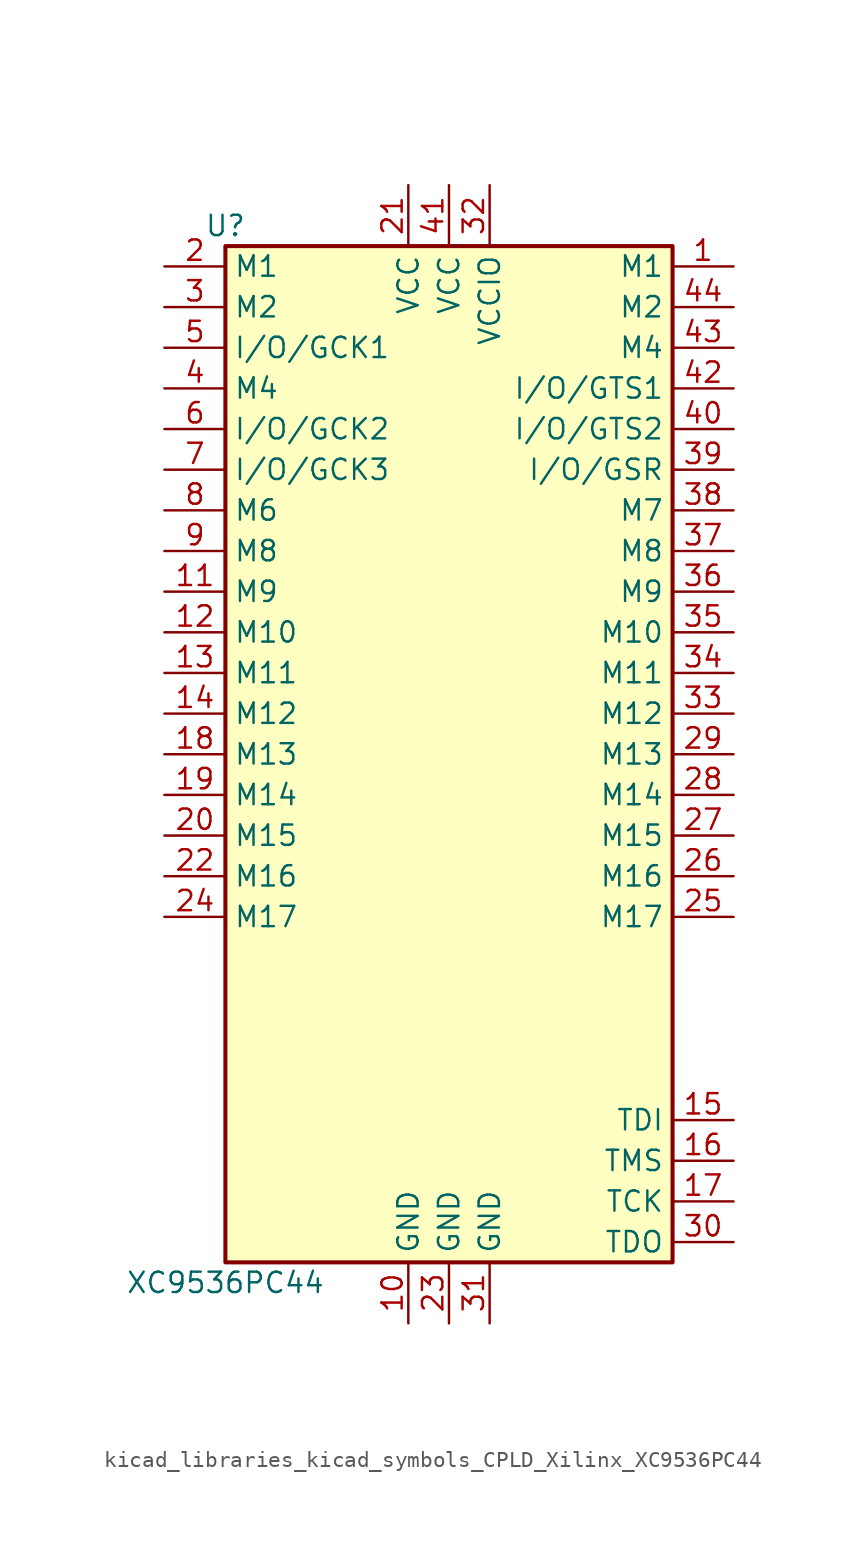
<source format=kicad_sym>
(kicad_symbol_lib
  (version 20220914)
  (generator kicad_symbol_editor)
  (symbol "kicad_libraries_kicad_symbols_CPLD_Xilinx_XC9536PC44"
    (property "Reference" "U"
      (at -13.97 33.02 0)
      (effects (font (size 1.27 1.27))))
    (property "Value" "XC9536PC44"
      (at -13.97 -33.02 0)
      (effects (font (size 1.27 1.27))))
    (symbol "kicad_libraries_kicad_symbols_CPLD_Xilinx_XC9536PC44_1_1"
      (rectangle (start -13.97 31.75) (end 13.97 -31.75) (stroke (width 0.254) (type default)) (fill (type background)))
      (pin bidirectional line (at 17.78 30.48 180) (length 3.81) (name "M1" (effects (font (size 1.27 1.27)))) (number "1" (effects (font (size 1.27 1.27)))))
      (pin power_in line (at -2.54 -35.56 90) (length 3.81) (name "GND" (effects (font (size 1.27 1.27)))) (number "10" (effects (font (size 1.27 1.27)))))
      (pin bidirectional line (at -17.78 10.16 0) (length 3.81) (name "M9" (effects (font (size 1.27 1.27)))) (number "11" (effects (font (size 1.27 1.27)))))
      (pin bidirectional line (at -17.78 7.62 0) (length 3.81) (name "M10" (effects (font (size 1.27 1.27)))) (number "12" (effects (font (size 1.27 1.27)))))
      (pin bidirectional line (at -17.78 5.08 0) (length 3.81) (name "M11" (effects (font (size 1.27 1.27)))) (number "13" (effects (font (size 1.27 1.27)))))
      (pin bidirectional line (at -17.78 2.54 0) (length 3.81) (name "M12" (effects (font (size 1.27 1.27)))) (number "14" (effects (font (size 1.27 1.27)))))
      (pin input line (at 17.78 -22.86 180) (length 3.81) (name "TDI" (effects (font (size 1.27 1.27)))) (number "15" (effects (font (size 1.27 1.27)))))
      (pin input line (at 17.78 -25.4 180) (length 3.81) (name "TMS" (effects (font (size 1.27 1.27)))) (number "16" (effects (font (size 1.27 1.27)))))
      (pin input line (at 17.78 -27.94 180) (length 3.81) (name "TCK" (effects (font (size 1.27 1.27)))) (number "17" (effects (font (size 1.27 1.27)))))
      (pin bidirectional line (at -17.78 0 0) (length 3.81) (name "M13" (effects (font (size 1.27 1.27)))) (number "18" (effects (font (size 1.27 1.27)))))
      (pin bidirectional line (at -17.78 -2.54 0) (length 3.81) (name "M14" (effects (font (size 1.27 1.27)))) (number "19" (effects (font (size 1.27 1.27)))))
      (pin bidirectional line (at -17.78 30.48 0) (length 3.81) (name "M1" (effects (font (size 1.27 1.27)))) (number "2" (effects (font (size 1.27 1.27)))))
      (pin bidirectional line (at -17.78 -5.08 0) (length 3.81) (name "M15" (effects (font (size 1.27 1.27)))) (number "20" (effects (font (size 1.27 1.27)))))
      (pin power_in line (at -2.54 35.56 270) (length 3.81) (name "VCC" (effects (font (size 1.27 1.27)))) (number "21" (effects (font (size 1.27 1.27)))))
      (pin bidirectional line (at -17.78 -7.62 0) (length 3.81) (name "M16" (effects (font (size 1.27 1.27)))) (number "22" (effects (font (size 1.27 1.27)))))
      (pin power_in line (at 0 -35.56 90) (length 3.81) (name "GND" (effects (font (size 1.27 1.27)))) (number "23" (effects (font (size 1.27 1.27)))))
      (pin bidirectional line (at -17.78 -10.16 0) (length 3.81) (name "M17" (effects (font (size 1.27 1.27)))) (number "24" (effects (font (size 1.27 1.27)))))
      (pin bidirectional line (at 17.78 -10.16 180) (length 3.81) (name "M17" (effects (font (size 1.27 1.27)))) (number "25" (effects (font (size 1.27 1.27)))))
      (pin bidirectional line (at 17.78 -7.62 180) (length 3.81) (name "M16" (effects (font (size 1.27 1.27)))) (number "26" (effects (font (size 1.27 1.27)))))
      (pin bidirectional line (at 17.78 -5.08 180) (length 3.81) (name "M15" (effects (font (size 1.27 1.27)))) (number "27" (effects (font (size 1.27 1.27)))))
      (pin bidirectional line (at 17.78 -2.54 180) (length 3.81) (name "M14" (effects (font (size 1.27 1.27)))) (number "28" (effects (font (size 1.27 1.27)))))
      (pin bidirectional line (at 17.78 0 180) (length 3.81) (name "M13" (effects (font (size 1.27 1.27)))) (number "29" (effects (font (size 1.27 1.27)))))
      (pin bidirectional line (at -17.78 27.94 0) (length 3.81) (name "M2" (effects (font (size 1.27 1.27)))) (number "3" (effects (font (size 1.27 1.27)))))
      (pin output line (at 17.78 -30.48 180) (length 3.81) (name "TDO" (effects (font (size 1.27 1.27)))) (number "30" (effects (font (size 1.27 1.27)))))
      (pin power_in line (at 2.54 -35.56 90) (length 3.81) (name "GND" (effects (font (size 1.27 1.27)))) (number "31" (effects (font (size 1.27 1.27)))))
      (pin power_in line (at 2.54 35.56 270) (length 3.81) (name "VCCIO" (effects (font (size 1.27 1.27)))) (number "32" (effects (font (size 1.27 1.27)))))
      (pin bidirectional line (at 17.78 2.54 180) (length 3.81) (name "M12" (effects (font (size 1.27 1.27)))) (number "33" (effects (font (size 1.27 1.27)))))
      (pin bidirectional line (at 17.78 5.08 180) (length 3.81) (name "M11" (effects (font (size 1.27 1.27)))) (number "34" (effects (font (size 1.27 1.27)))))
      (pin bidirectional line (at 17.78 7.62 180) (length 3.81) (name "M10" (effects (font (size 1.27 1.27)))) (number "35" (effects (font (size 1.27 1.27)))))
      (pin bidirectional line (at 17.78 10.16 180) (length 3.81) (name "M9" (effects (font (size 1.27 1.27)))) (number "36" (effects (font (size 1.27 1.27)))))
      (pin bidirectional line (at 17.78 12.7 180) (length 3.81) (name "M8" (effects (font (size 1.27 1.27)))) (number "37" (effects (font (size 1.27 1.27)))))
      (pin bidirectional line (at 17.78 15.24 180) (length 3.81) (name "M7" (effects (font (size 1.27 1.27)))) (number "38" (effects (font (size 1.27 1.27)))))
      (pin bidirectional line (at 17.78 17.78 180) (length 3.81) (name "I/O/GSR" (effects (font (size 1.27 1.27)))) (number "39" (effects (font (size 1.27 1.27)))))
      (pin bidirectional line (at -17.78 22.86 0) (length 3.81) (name "M4" (effects (font (size 1.27 1.27)))) (number "4" (effects (font (size 1.27 1.27)))))
      (pin bidirectional line (at 17.78 20.32 180) (length 3.81) (name "I/O/GTS2" (effects (font (size 1.27 1.27)))) (number "40" (effects (font (size 1.27 1.27)))))
      (pin power_in line (at 0 35.56 270) (length 3.81) (name "VCC" (effects (font (size 1.27 1.27)))) (number "41" (effects (font (size 1.27 1.27)))))
      (pin bidirectional line (at 17.78 22.86 180) (length 3.81) (name "I/O/GTS1" (effects (font (size 1.27 1.27)))) (number "42" (effects (font (size 1.27 1.27)))))
      (pin bidirectional line (at 17.78 25.4 180) (length 3.81) (name "M4" (effects (font (size 1.27 1.27)))) (number "43" (effects (font (size 1.27 1.27)))))
      (pin bidirectional line (at 17.78 27.94 180) (length 3.81) (name "M2" (effects (font (size 1.27 1.27)))) (number "44" (effects (font (size 1.27 1.27)))))
      (pin bidirectional line (at -17.78 25.4 0) (length 3.81) (name "I/O/GCK1" (effects (font (size 1.27 1.27)))) (number "5" (effects (font (size 1.27 1.27)))))
      (pin bidirectional line (at -17.78 20.32 0) (length 3.81) (name "I/O/GCK2" (effects (font (size 1.27 1.27)))) (number "6" (effects (font (size 1.27 1.27)))))
      (pin bidirectional line (at -17.78 17.78 0) (length 3.81) (name "I/O/GCK3" (effects (font (size 1.27 1.27)))) (number "7" (effects (font (size 1.27 1.27)))))
      (pin bidirectional line (at -17.78 15.24 0) (length 3.81) (name "M6" (effects (font (size 1.27 1.27)))) (number "8" (effects (font (size 1.27 1.27)))))
      (pin bidirectional line (at -17.78 12.7 0) (length 3.81) (name "M8" (effects (font (size 1.27 1.27)))) (number "9" (effects (font (size 1.27 1.27))))))))
</source>
